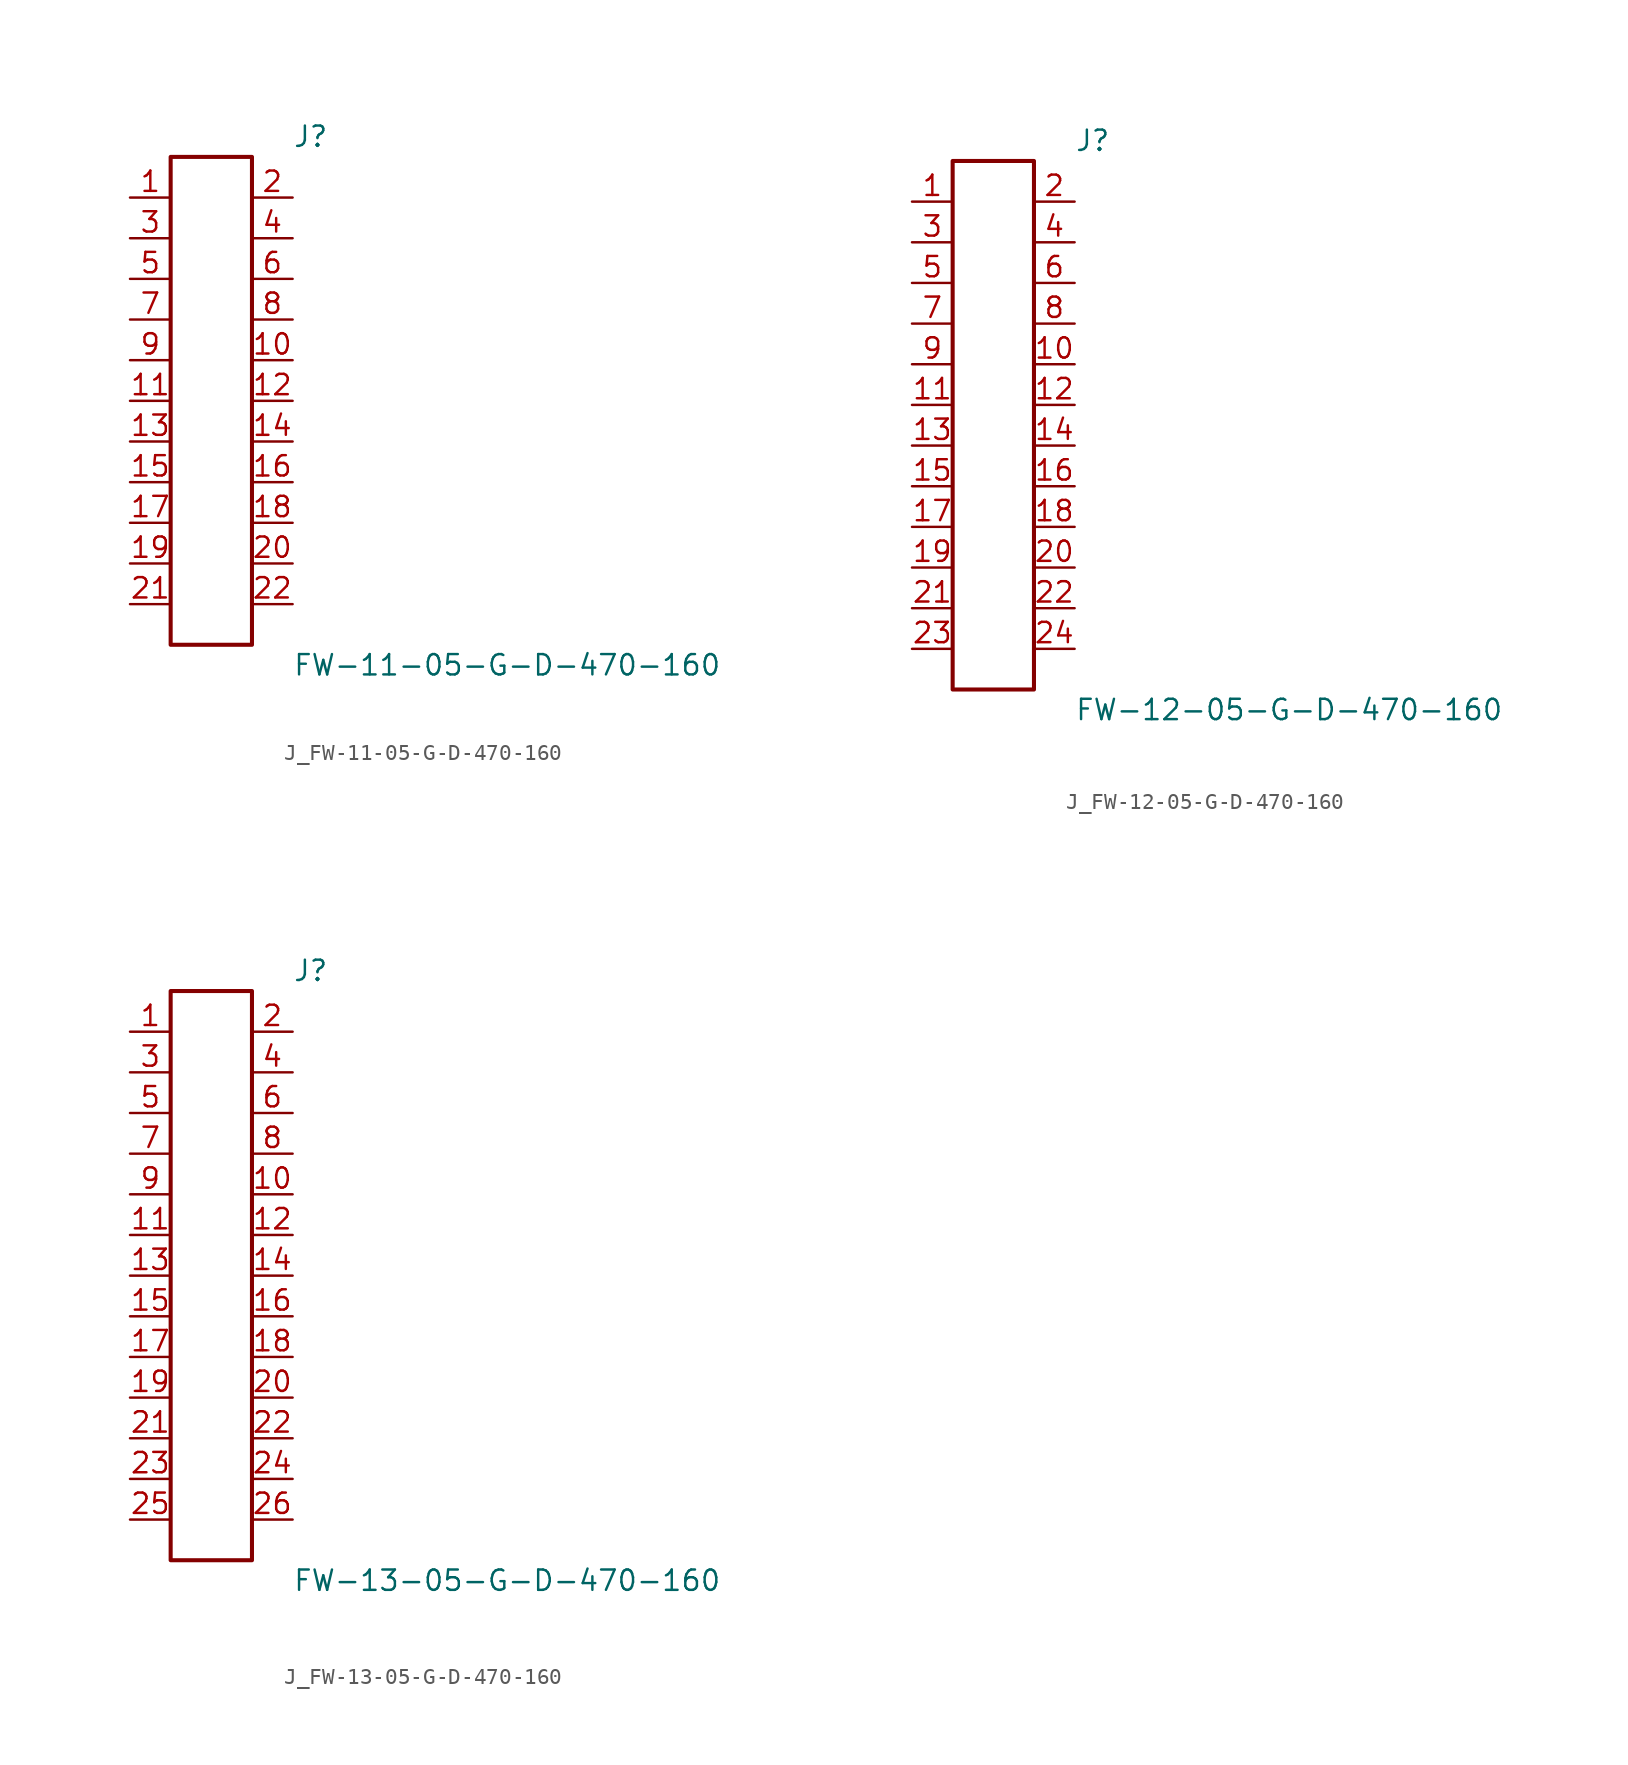
<source format=kicad_sym>
(kicad_symbol_lib
  (version 20231120)
  (generator kicad_symbol_editor)
  (generator_version 8.0)
  (symbol "J_FW-11-05-G-D-470-160"
    (pin_names
      (offset 0.254))
    (property "Reference" "J"
      (at 5.08 16.51 0)
      (effects (font (size 1.27 1.27)) (justify left)))
    (property "Value" "FW-11-05-G-D-470-160"
      (at 5.08 -16.51 0)
      (effects (font (size 1.27 1.27)) (justify left)))
    (symbol "J_FW-11-05-G-D-470-160_0_0"
      (pin unspecified line (at -5.08 12.7 0) (length 2.54) (name "" (effects (font (size 1.27 1.27)))) (number "1" (effects (font (size 1.27 1.27)))))
      (pin unspecified line (at 5.08 12.7 180) (length 2.54) (name "" (effects (font (size 1.27 1.27)))) (number "2" (effects (font (size 1.27 1.27)))))
      (pin unspecified line (at -5.08 10.16 0) (length 2.54) (name "" (effects (font (size 1.27 1.27)))) (number "3" (effects (font (size 1.27 1.27)))))
      (pin unspecified line (at 5.08 10.16 180) (length 2.54) (name "" (effects (font (size 1.27 1.27)))) (number "4" (effects (font (size 1.27 1.27)))))
      (pin unspecified line (at -5.08 7.62 0) (length 2.54) (name "" (effects (font (size 1.27 1.27)))) (number "5" (effects (font (size 1.27 1.27)))))
      (pin unspecified line (at 5.08 7.62 180) (length 2.54) (name "" (effects (font (size 1.27 1.27)))) (number "6" (effects (font (size 1.27 1.27)))))
      (pin unspecified line (at -5.08 5.08 0) (length 2.54) (name "" (effects (font (size 1.27 1.27)))) (number "7" (effects (font (size 1.27 1.27)))))
      (pin unspecified line (at 5.08 5.08 180) (length 2.54) (name "" (effects (font (size 1.27 1.27)))) (number "8" (effects (font (size 1.27 1.27)))))
      (pin unspecified line (at -5.08 2.54 0) (length 2.54) (name "" (effects (font (size 1.27 1.27)))) (number "9" (effects (font (size 1.27 1.27)))))
      (pin unspecified line (at 5.08 2.54 180) (length 2.54) (name "" (effects (font (size 1.27 1.27)))) (number "10" (effects (font (size 1.27 1.27)))))
      (pin unspecified line (at -5.08 0.0 0) (length 2.54) (name "" (effects (font (size 1.27 1.27)))) (number "11" (effects (font (size 1.27 1.27)))))
      (pin unspecified line (at 5.08 0.0 180) (length 2.54) (name "" (effects (font (size 1.27 1.27)))) (number "12" (effects (font (size 1.27 1.27)))))
      (pin unspecified line (at -5.08 -2.54 0) (length 2.54) (name "" (effects (font (size 1.27 1.27)))) (number "13" (effects (font (size 1.27 1.27)))))
      (pin unspecified line (at 5.08 -2.54 180) (length 2.54) (name "" (effects (font (size 1.27 1.27)))) (number "14" (effects (font (size 1.27 1.27)))))
      (pin unspecified line (at -5.08 -5.08 0) (length 2.54) (name "" (effects (font (size 1.27 1.27)))) (number "15" (effects (font (size 1.27 1.27)))))
      (pin unspecified line (at 5.08 -5.08 180) (length 2.54) (name "" (effects (font (size 1.27 1.27)))) (number "16" (effects (font (size 1.27 1.27)))))
      (pin unspecified line (at -5.08 -7.62 0) (length 2.54) (name "" (effects (font (size 1.27 1.27)))) (number "17" (effects (font (size 1.27 1.27)))))
      (pin unspecified line (at 5.08 -7.62 180) (length 2.54) (name "" (effects (font (size 1.27 1.27)))) (number "18" (effects (font (size 1.27 1.27)))))
      (pin unspecified line (at -5.08 -10.16 0) (length 2.54) (name "" (effects (font (size 1.27 1.27)))) (number "19" (effects (font (size 1.27 1.27)))))
      (pin unspecified line (at 5.08 -10.16 180) (length 2.54) (name "" (effects (font (size 1.27 1.27)))) (number "20" (effects (font (size 1.27 1.27)))))
      (pin unspecified line (at -5.08 -12.7 0) (length 2.54) (name "" (effects (font (size 1.27 1.27)))) (number "21" (effects (font (size 1.27 1.27)))))
      (pin unspecified line (at 5.08 -12.7 180) (length 2.54) (name "" (effects (font (size 1.27 1.27)))) (number "22" (effects (font (size 1.27 1.27))))))
    (symbol "J_FW-11-05-G-D-470-160_1_0"
      (rectangle (start -2.54 15.24) (end 2.54 -15.24) (stroke (width 0.254) (type solid)) (fill (type none)))))
  (symbol "J_FW-12-05-G-D-470-160"
    (pin_names
      (offset 0.254))
    (property "Reference" "J"
      (at 5.08 17.78 0)
      (effects (font (size 1.27 1.27)) (justify left)))
    (property "Value" "FW-12-05-G-D-470-160"
      (at 5.08 -17.78 0)
      (effects (font (size 1.27 1.27)) (justify left)))
    (symbol "J_FW-12-05-G-D-470-160_0_0"
      (pin unspecified line (at -5.08 13.97 0) (length 2.54) (name "" (effects (font (size 1.27 1.27)))) (number "1" (effects (font (size 1.27 1.27)))))
      (pin unspecified line (at 5.08 13.97 180) (length 2.54) (name "" (effects (font (size 1.27 1.27)))) (number "2" (effects (font (size 1.27 1.27)))))
      (pin unspecified line (at -5.08 11.43 0) (length 2.54) (name "" (effects (font (size 1.27 1.27)))) (number "3" (effects (font (size 1.27 1.27)))))
      (pin unspecified line (at 5.08 11.43 180) (length 2.54) (name "" (effects (font (size 1.27 1.27)))) (number "4" (effects (font (size 1.27 1.27)))))
      (pin unspecified line (at -5.08 8.89 0) (length 2.54) (name "" (effects (font (size 1.27 1.27)))) (number "5" (effects (font (size 1.27 1.27)))))
      (pin unspecified line (at 5.08 8.89 180) (length 2.54) (name "" (effects (font (size 1.27 1.27)))) (number "6" (effects (font (size 1.27 1.27)))))
      (pin unspecified line (at -5.08 6.35 0) (length 2.54) (name "" (effects (font (size 1.27 1.27)))) (number "7" (effects (font (size 1.27 1.27)))))
      (pin unspecified line (at 5.08 6.35 180) (length 2.54) (name "" (effects (font (size 1.27 1.27)))) (number "8" (effects (font (size 1.27 1.27)))))
      (pin unspecified line (at -5.08 3.81 0) (length 2.54) (name "" (effects (font (size 1.27 1.27)))) (number "9" (effects (font (size 1.27 1.27)))))
      (pin unspecified line (at 5.08 3.81 180) (length 2.54) (name "" (effects (font (size 1.27 1.27)))) (number "10" (effects (font (size 1.27 1.27)))))
      (pin unspecified line (at -5.08 1.27 0) (length 2.54) (name "" (effects (font (size 1.27 1.27)))) (number "11" (effects (font (size 1.27 1.27)))))
      (pin unspecified line (at 5.08 1.27 180) (length 2.54) (name "" (effects (font (size 1.27 1.27)))) (number "12" (effects (font (size 1.27 1.27)))))
      (pin unspecified line (at -5.08 -1.27 0) (length 2.54) (name "" (effects (font (size 1.27 1.27)))) (number "13" (effects (font (size 1.27 1.27)))))
      (pin unspecified line (at 5.08 -1.27 180) (length 2.54) (name "" (effects (font (size 1.27 1.27)))) (number "14" (effects (font (size 1.27 1.27)))))
      (pin unspecified line (at -5.08 -3.81 0) (length 2.54) (name "" (effects (font (size 1.27 1.27)))) (number "15" (effects (font (size 1.27 1.27)))))
      (pin unspecified line (at 5.08 -3.81 180) (length 2.54) (name "" (effects (font (size 1.27 1.27)))) (number "16" (effects (font (size 1.27 1.27)))))
      (pin unspecified line (at -5.08 -6.35 0) (length 2.54) (name "" (effects (font (size 1.27 1.27)))) (number "17" (effects (font (size 1.27 1.27)))))
      (pin unspecified line (at 5.08 -6.35 180) (length 2.54) (name "" (effects (font (size 1.27 1.27)))) (number "18" (effects (font (size 1.27 1.27)))))
      (pin unspecified line (at -5.08 -8.89 0) (length 2.54) (name "" (effects (font (size 1.27 1.27)))) (number "19" (effects (font (size 1.27 1.27)))))
      (pin unspecified line (at 5.08 -8.89 180) (length 2.54) (name "" (effects (font (size 1.27 1.27)))) (number "20" (effects (font (size 1.27 1.27)))))
      (pin unspecified line (at -5.08 -11.43 0) (length 2.54) (name "" (effects (font (size 1.27 1.27)))) (number "21" (effects (font (size 1.27 1.27)))))
      (pin unspecified line (at 5.08 -11.43 180) (length 2.54) (name "" (effects (font (size 1.27 1.27)))) (number "22" (effects (font (size 1.27 1.27)))))
      (pin unspecified line (at -5.08 -13.97 0) (length 2.54) (name "" (effects (font (size 1.27 1.27)))) (number "23" (effects (font (size 1.27 1.27)))))
      (pin unspecified line (at 5.08 -13.97 180) (length 2.54) (name "" (effects (font (size 1.27 1.27)))) (number "24" (effects (font (size 1.27 1.27))))))
    (symbol "J_FW-12-05-G-D-470-160_1_0"
      (rectangle (start -2.54 16.51) (end 2.54 -16.51) (stroke (width 0.254) (type solid)) (fill (type none)))))
  (symbol "J_FW-13-05-G-D-470-160"
    (pin_names
      (offset 0.254))
    (property "Reference" "J"
      (at 5.08 19.05 0)
      (effects (font (size 1.27 1.27)) (justify left)))
    (property "Value" "FW-13-05-G-D-470-160"
      (at 5.08 -19.05 0)
      (effects (font (size 1.27 1.27)) (justify left)))
    (symbol "J_FW-13-05-G-D-470-160_0_0"
      (pin unspecified line (at -5.08 15.24 0) (length 2.54) (name "" (effects (font (size 1.27 1.27)))) (number "1" (effects (font (size 1.27 1.27)))))
      (pin unspecified line (at 5.08 15.24 180) (length 2.54) (name "" (effects (font (size 1.27 1.27)))) (number "2" (effects (font (size 1.27 1.27)))))
      (pin unspecified line (at -5.08 12.7 0) (length 2.54) (name "" (effects (font (size 1.27 1.27)))) (number "3" (effects (font (size 1.27 1.27)))))
      (pin unspecified line (at 5.08 12.7 180) (length 2.54) (name "" (effects (font (size 1.27 1.27)))) (number "4" (effects (font (size 1.27 1.27)))))
      (pin unspecified line (at -5.08 10.16 0) (length 2.54) (name "" (effects (font (size 1.27 1.27)))) (number "5" (effects (font (size 1.27 1.27)))))
      (pin unspecified line (at 5.08 10.16 180) (length 2.54) (name "" (effects (font (size 1.27 1.27)))) (number "6" (effects (font (size 1.27 1.27)))))
      (pin unspecified line (at -5.08 7.62 0) (length 2.54) (name "" (effects (font (size 1.27 1.27)))) (number "7" (effects (font (size 1.27 1.27)))))
      (pin unspecified line (at 5.08 7.62 180) (length 2.54) (name "" (effects (font (size 1.27 1.27)))) (number "8" (effects (font (size 1.27 1.27)))))
      (pin unspecified line (at -5.08 5.08 0) (length 2.54) (name "" (effects (font (size 1.27 1.27)))) (number "9" (effects (font (size 1.27 1.27)))))
      (pin unspecified line (at 5.08 5.08 180) (length 2.54) (name "" (effects (font (size 1.27 1.27)))) (number "10" (effects (font (size 1.27 1.27)))))
      (pin unspecified line (at -5.08 2.54 0) (length 2.54) (name "" (effects (font (size 1.27 1.27)))) (number "11" (effects (font (size 1.27 1.27)))))
      (pin unspecified line (at 5.08 2.54 180) (length 2.54) (name "" (effects (font (size 1.27 1.27)))) (number "12" (effects (font (size 1.27 1.27)))))
      (pin unspecified line (at -5.08 0.0 0) (length 2.54) (name "" (effects (font (size 1.27 1.27)))) (number "13" (effects (font (size 1.27 1.27)))))
      (pin unspecified line (at 5.08 0.0 180) (length 2.54) (name "" (effects (font (size 1.27 1.27)))) (number "14" (effects (font (size 1.27 1.27)))))
      (pin unspecified line (at -5.08 -2.54 0) (length 2.54) (name "" (effects (font (size 1.27 1.27)))) (number "15" (effects (font (size 1.27 1.27)))))
      (pin unspecified line (at 5.08 -2.54 180) (length 2.54) (name "" (effects (font (size 1.27 1.27)))) (number "16" (effects (font (size 1.27 1.27)))))
      (pin unspecified line (at -5.08 -5.08 0) (length 2.54) (name "" (effects (font (size 1.27 1.27)))) (number "17" (effects (font (size 1.27 1.27)))))
      (pin unspecified line (at 5.08 -5.08 180) (length 2.54) (name "" (effects (font (size 1.27 1.27)))) (number "18" (effects (font (size 1.27 1.27)))))
      (pin unspecified line (at -5.08 -7.62 0) (length 2.54) (name "" (effects (font (size 1.27 1.27)))) (number "19" (effects (font (size 1.27 1.27)))))
      (pin unspecified line (at 5.08 -7.62 180) (length 2.54) (name "" (effects (font (size 1.27 1.27)))) (number "20" (effects (font (size 1.27 1.27)))))
      (pin unspecified line (at -5.08 -10.16 0) (length 2.54) (name "" (effects (font (size 1.27 1.27)))) (number "21" (effects (font (size 1.27 1.27)))))
      (pin unspecified line (at 5.08 -10.16 180) (length 2.54) (name "" (effects (font (size 1.27 1.27)))) (number "22" (effects (font (size 1.27 1.27)))))
      (pin unspecified line (at -5.08 -12.7 0) (length 2.54) (name "" (effects (font (size 1.27 1.27)))) (number "23" (effects (font (size 1.27 1.27)))))
      (pin unspecified line (at 5.08 -12.7 180) (length 2.54) (name "" (effects (font (size 1.27 1.27)))) (number "24" (effects (font (size 1.27 1.27)))))
      (pin unspecified line (at -5.08 -15.24 0) (length 2.54) (name "" (effects (font (size 1.27 1.27)))) (number "25" (effects (font (size 1.27 1.27)))))
      (pin unspecified line (at 5.08 -15.24 180) (length 2.54) (name "" (effects (font (size 1.27 1.27)))) (number "26" (effects (font (size 1.27 1.27))))))
    (symbol "J_FW-13-05-G-D-470-160_1_0"
      (rectangle (start -2.54 17.78) (end 2.54 -17.78) (stroke (width 0.254) (type solid)) (fill (type none))))))
</source>
